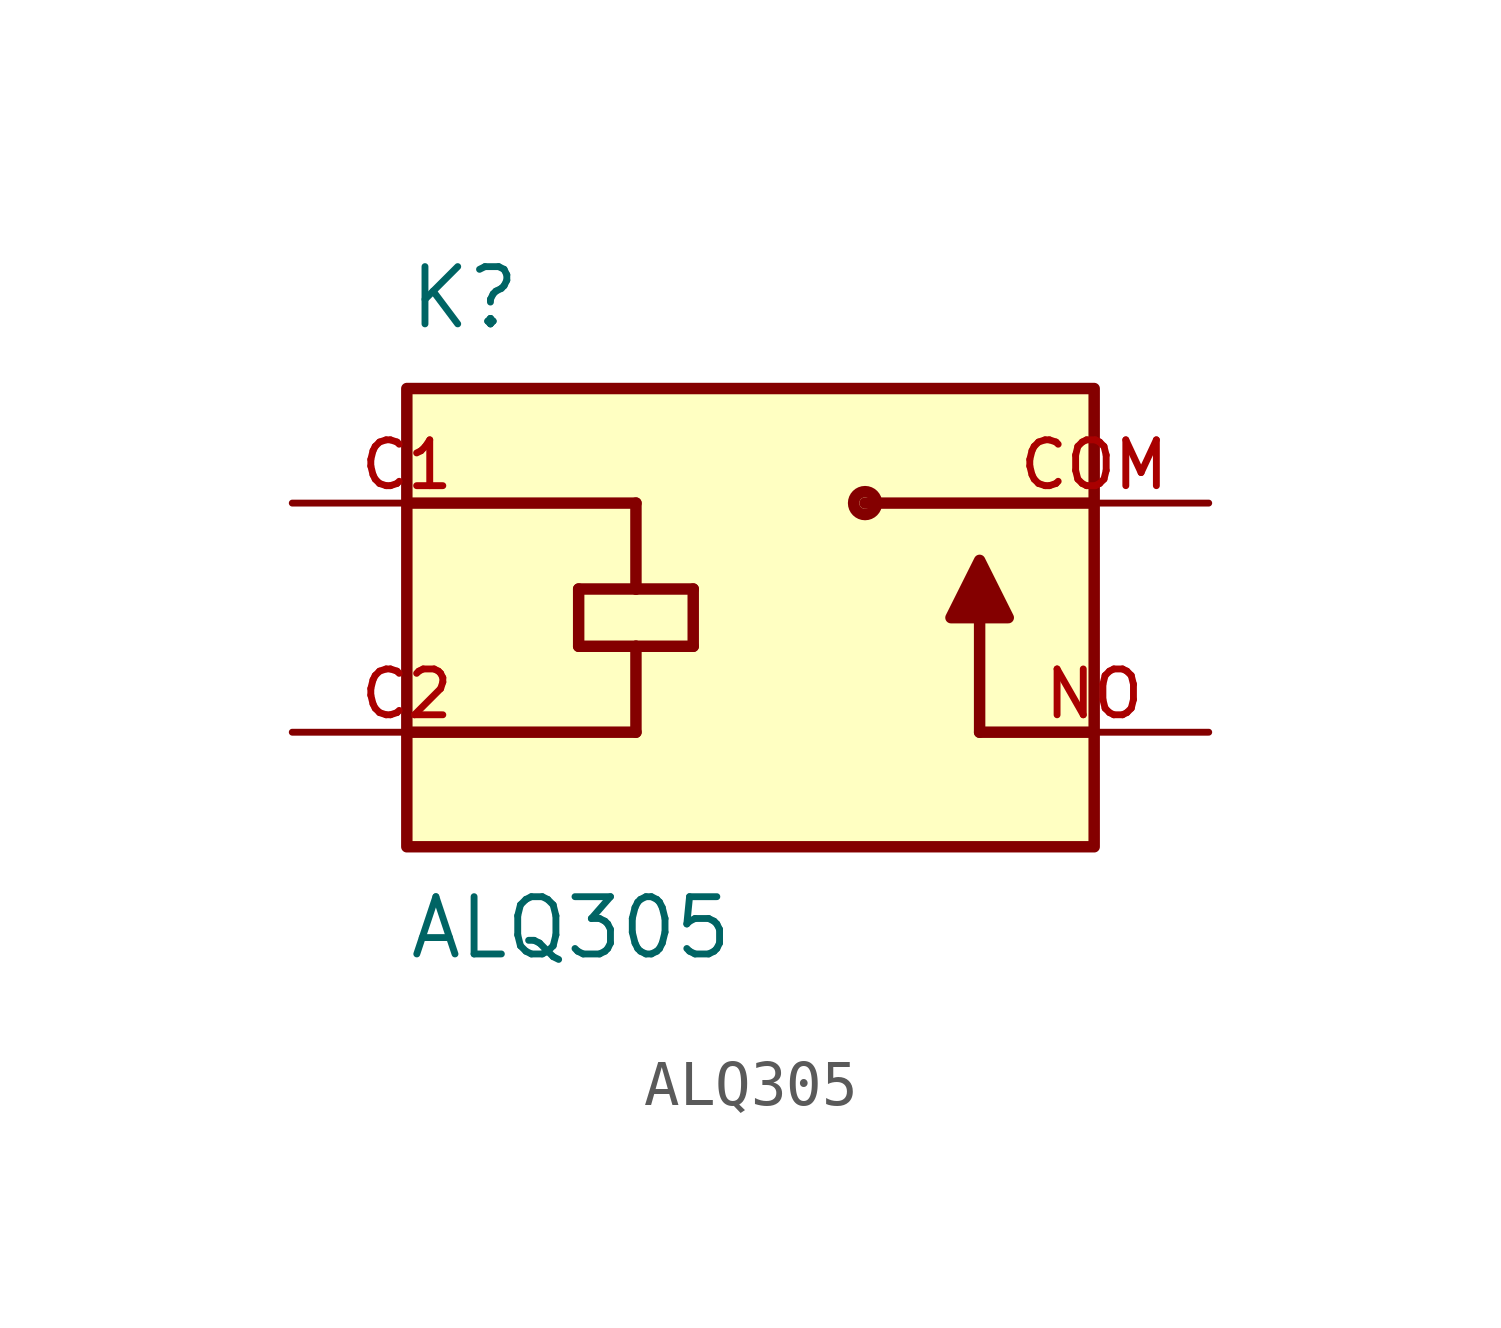
<source format=kicad_sym>
(kicad_symbol_lib
  (version 20220914)
  (generator kicad_symbol_editor)
  (symbol "ALQ305"
    (pin_names
      (offset 1.016))
    (property "Reference" "K"
      (at -7.62 6.35 0)
      (effects (font (size 1.27 1.27)) (justify left bottom)))
    (property "Value" "ALQ305"
      (at -7.62 -7.62 0)
      (effects (font (size 1.27 1.27)) (justify left bottom)))
    (symbol "ALQ305_0_0"
      (rectangle (start -7.62 -5.08) (end 7.62 5.08) (stroke (width 0.254) (type default)) (fill (type background)))
      (polyline (pts (xy -7.62 -2.54) (xy -2.54 -2.54)) (stroke (width 0.254) (type default)) (fill (type none)))
      (polyline (pts (xy -7.62 2.54) (xy -2.54 2.54)) (stroke (width 0.254) (type default)) (fill (type none)))
      (polyline (pts (xy -3.81 -0.635) (xy -3.81 0.635)) (stroke (width 0.254) (type default)) (fill (type none)))
      (polyline (pts (xy -3.81 0.635) (xy -2.54 0.635)) (stroke (width 0.254) (type default)) (fill (type none)))
      (polyline (pts (xy -2.54 -0.635) (xy -3.81 -0.635)) (stroke (width 0.254) (type default)) (fill (type none)))
      (polyline (pts (xy -2.54 -0.635) (xy -2.54 -2.54)) (stroke (width 0.254) (type default)) (fill (type none)))
      (polyline (pts (xy -2.54 0.635) (xy -1.27 0.635)) (stroke (width 0.254) (type default)) (fill (type none)))
      (polyline (pts (xy -2.54 2.54) (xy -2.54 0.635)) (stroke (width 0.254) (type default)) (fill (type none)))
      (polyline (pts (xy -1.27 -0.635) (xy -2.54 -0.635)) (stroke (width 0.254) (type default)) (fill (type none)))
      (polyline (pts (xy -1.27 0.635) (xy -1.27 -0.635)) (stroke (width 0.254) (type default)) (fill (type none)))
      (polyline (pts (xy 5.08 -2.54) (xy 5.08 0)) (stroke (width 0.254) (type default)) (fill (type none)))
      (polyline (pts (xy 7.62 -2.54) (xy 5.08 -2.54)) (stroke (width 0.254) (type default)) (fill (type none)))
      (polyline (pts (xy 7.62 2.54) (xy 2.54 2.54)) (stroke (width 0.254) (type default)) (fill (type none)))
      (polyline (pts (xy 4.445 0) (xy 5.715 0) (xy 5.08 1.27) (xy 4.445 0)) (stroke (width 0.254) (type default)) (fill (type outline)))
      (circle (center 2.54 2.54) (radius 0.254) (stroke (width 0.254) (type default)) (fill (type none)))
      (pin passive line (at -10.16 2.54 0) (length 5.08) (name "~" (effects (font (size 1.016 1.016)))) (number "C1" (effects (font (size 1.016 1.016)))))
      (pin passive line (at -10.16 -2.54 0) (length 5.08) (name "~" (effects (font (size 1.016 1.016)))) (number "C2" (effects (font (size 1.016 1.016)))))
      (pin passive line (at 10.16 2.54 180) (length 5.08) (name "~" (effects (font (size 1.016 1.016)))) (number "COM" (effects (font (size 1.016 1.016)))))
      (pin passive line (at 10.16 -2.54 180) (length 5.08) (name "~" (effects (font (size 1.016 1.016)))) (number "NO" (effects (font (size 1.016 1.016))))))))
</source>
